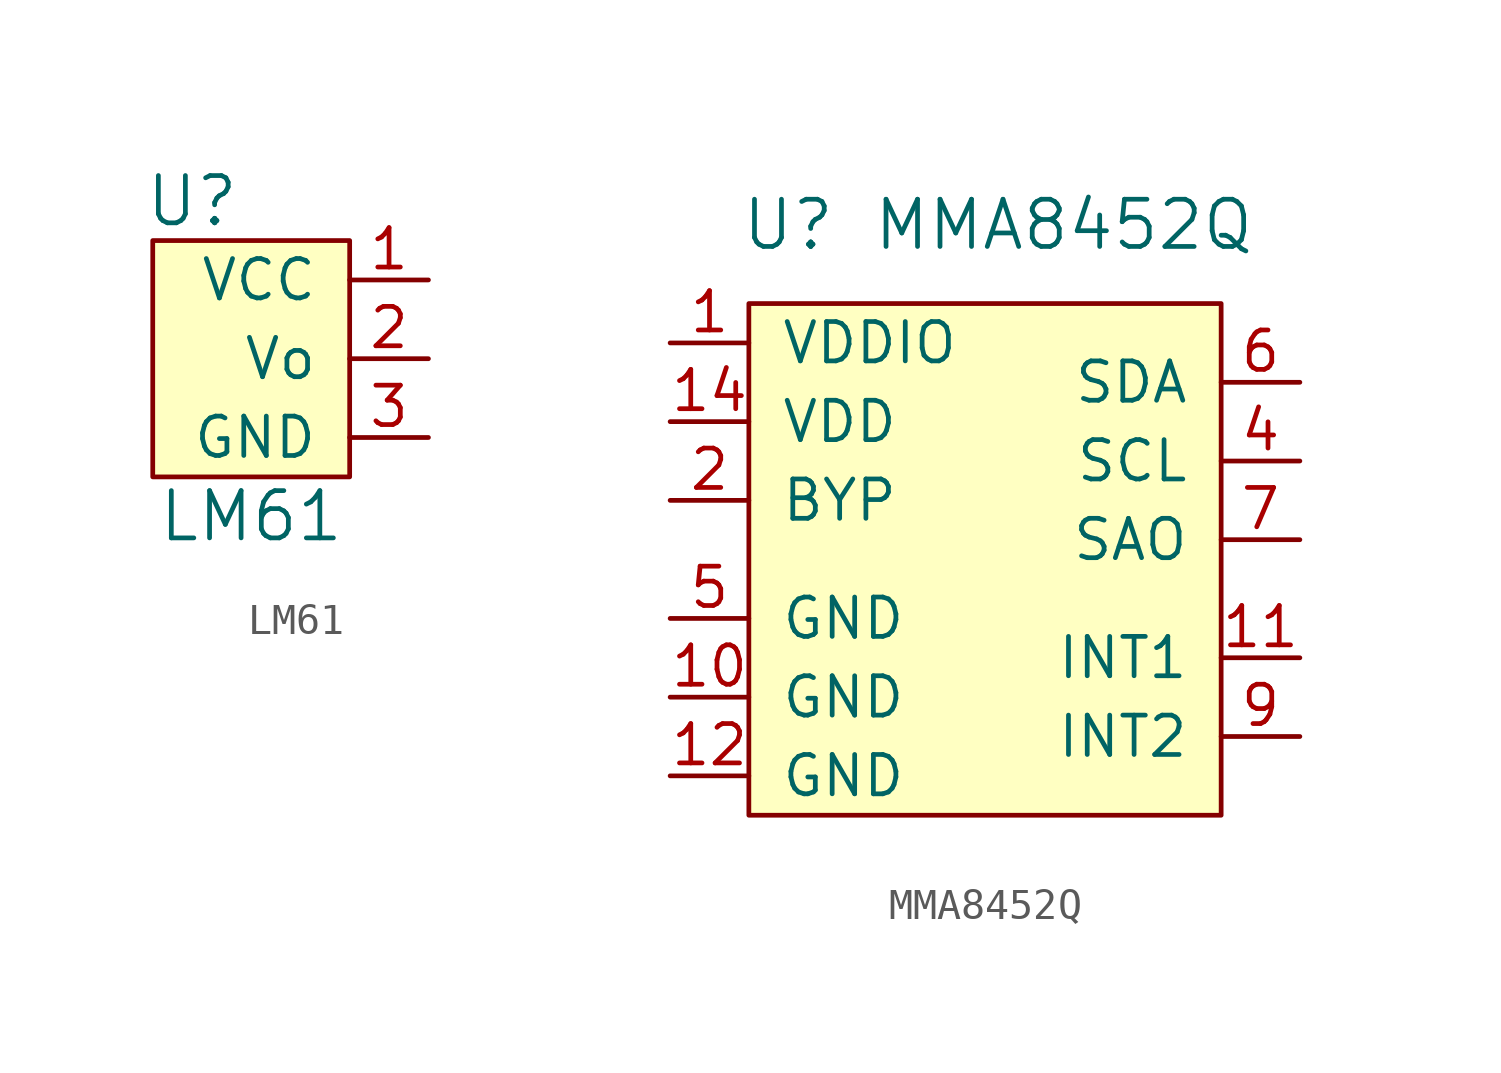
<source format=kicad_sym>
(kicad_symbol_lib
  (version 20211014)
  (generator kicad_symbol_editor)
  (symbol "LM61"
    (pin_names
      (offset 1.016))
    (property "Reference" "U"
      (at -2.54 5.08 0)
      (effects (font (size 1.524 1.524))))
    (property "Value" "LM61"
      (at -0.635 -5.08 0)
      (effects (font (size 1.524 1.524))))
    (property "Datasheet" ""
      (at -2.54 0 0)
      (effects (font (size 1.524 1.524))))
    (symbol "LM61_0_1"
      (rectangle (start 2.54 3.81) (end -3.81 -3.81) (stroke (width 0) (type default) (color 0 0 0 0)) (fill (type background))))
    (symbol "LM61_1_1"
      (pin input line (at 5.08 2.54 180) (length 2.54) (name "VCC" (effects (font (size 1.27 1.27)))) (number "1" (effects (font (size 1.27 1.27)))))
      (pin input line (at 5.08 0 180) (length 2.54) (name "Vo" (effects (font (size 1.27 1.27)))) (number "2" (effects (font (size 1.27 1.27)))))
      (pin input line (at 5.08 -2.54 180) (length 2.54) (name "GND" (effects (font (size 1.27 1.27)))) (number "3" (effects (font (size 1.27 1.27)))))))
  (symbol "MMA8452Q"
    (pin_names
      (offset 1.016))
    (property "Reference" "U"
      (at -6.35 11.43 0)
      (effects (font (size 1.524 1.524))))
    (property "Value" "MMA8452Q"
      (at 2.54 11.43 0)
      (effects (font (size 1.524 1.524))))
    (property "Footprint" ""
      (at 2.54 1.27 0)
      (effects (font (size 1.524 1.524))))
    (property "Datasheet" ""
      (at 2.54 1.27 0)
      (effects (font (size 1.524 1.524))))
    (symbol "MMA8452Q_0_1"
      (rectangle (start -7.62 8.89) (end 7.62 -7.62) (stroke (width 0) (type default) (color 0 0 0 0)) (fill (type background))))
    (symbol "MMA8452Q_1_1"
      (pin input line (at -10.16 7.62 0) (length 2.54) (name "VDDIO" (effects (font (size 1.27 1.27)))) (number "1" (effects (font (size 1.27 1.27)))))
      (pin input line (at -10.16 -3.81 0) (length 2.54) (name "GND" (effects (font (size 1.27 1.27)))) (number "10" (effects (font (size 1.27 1.27)))))
      (pin input line (at 10.16 -2.54 180) (length 2.54) (name "INT1" (effects (font (size 1.27 1.27)))) (number "11" (effects (font (size 1.27 1.27)))))
      (pin input line (at -10.16 -6.35 0) (length 2.54) (name "GND" (effects (font (size 1.27 1.27)))) (number "12" (effects (font (size 1.27 1.27)))))
      (pin input line (at -10.16 5.08 0) (length 2.54) (name "VDD" (effects (font (size 1.27 1.27)))) (number "14" (effects (font (size 1.27 1.27)))))
      (pin input line (at -10.16 2.54 0) (length 2.54) (name "BYP" (effects (font (size 1.27 1.27)))) (number "2" (effects (font (size 1.27 1.27)))))
      (pin input line (at 10.16 3.81 180) (length 2.54) (name "SCL" (effects (font (size 1.27 1.27)))) (number "4" (effects (font (size 1.27 1.27)))))
      (pin input line (at -10.16 -1.27 0) (length 2.54) (name "GND" (effects (font (size 1.27 1.27)))) (number "5" (effects (font (size 1.27 1.27)))))
      (pin input line (at 10.16 6.35 180) (length 2.54) (name "SDA" (effects (font (size 1.27 1.27)))) (number "6" (effects (font (size 1.27 1.27)))))
      (pin input line (at 10.16 1.27 180) (length 2.54) (name "SAO" (effects (font (size 1.27 1.27)))) (number "7" (effects (font (size 1.27 1.27)))))
      (pin input line (at 10.16 -5.08 180) (length 2.54) (name "INT2" (effects (font (size 1.27 1.27)))) (number "9" (effects (font (size 1.27 1.27))))))))
</source>
